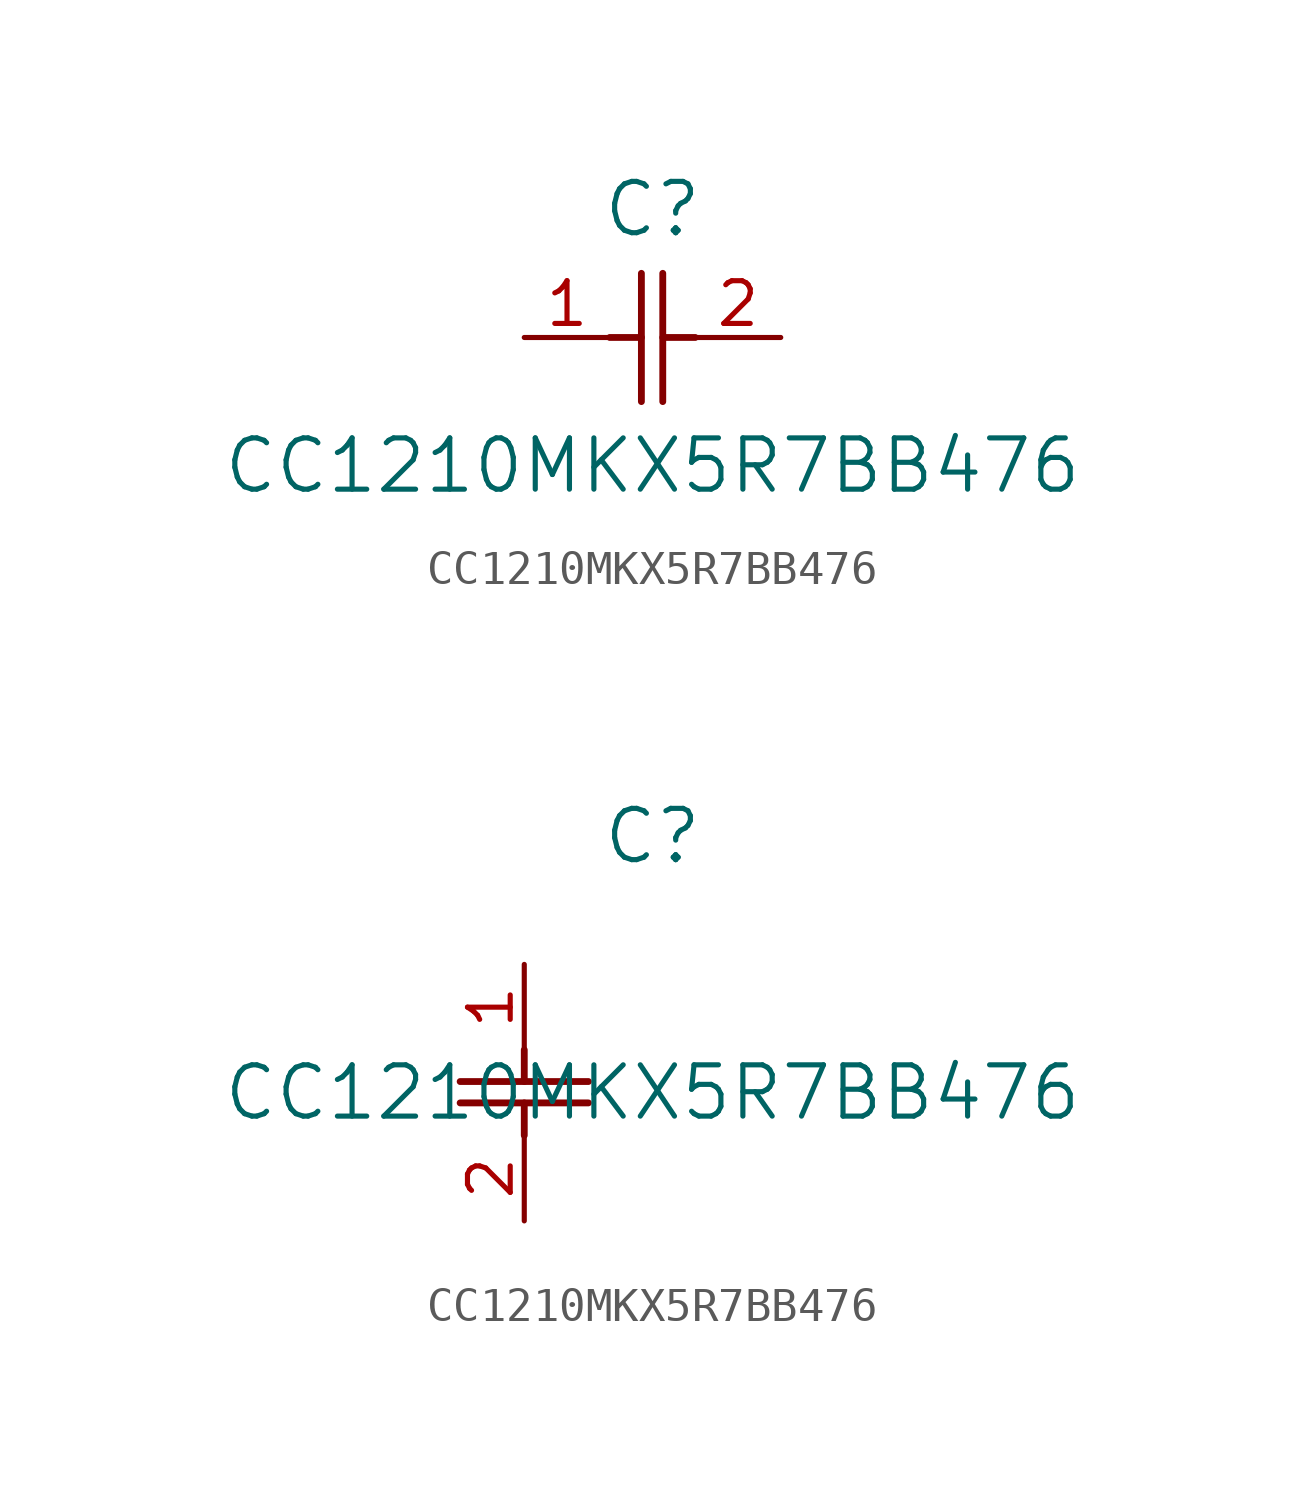
<source format=kicad_sym>
(kicad_symbol_lib
  (version 20211014)
  (generator kicad_symbol_editor)
  (symbol "CC1210MKX5R7BB476"
    (pin_names
      (offset 0.254))
    (property "Reference" "C"
      (at 3.81 3.81 0)
      (effects (font (size 1.524 1.524))))
    (property "Value" "CC1210MKX5R7BB476"
      (at 3.81 -3.81 0)
      (effects (font (size 1.524 1.524))))
    (symbol "CC1210MKX5R7BB476_1_1"
      (polyline (pts (xy 3.48 -1.905) (xy 3.48 1.905)) (stroke (width 0.203) (type default) (color 0 0 0 0)) (fill (type none)))
      (polyline (pts (xy 4.115 -1.905) (xy 4.115 1.905)) (stroke (width 0.203) (type default) (color 0 0 0 0)) (fill (type none)))
      (polyline (pts (xy 4.115 0) (xy 5.08 0)) (stroke (width 0.203) (type default) (color 0 0 0 0)) (fill (type none)))
      (polyline (pts (xy 2.54 0) (xy 3.48 0)) (stroke (width 0.203) (type default) (color 0 0 0 0)) (fill (type none)))
      (pin unspecified line (at 0 0 0) (length 2.54) (name "" (effects (font (size 1.27 1.27)))) (number "1" (effects (font (size 1.27 1.27)))))
      (pin unspecified line (at 7.62 0 180) (length 2.54) (name "" (effects (font (size 1.27 1.27)))) (number "2" (effects (font (size 1.27 1.27))))))
    (symbol "CC1210MKX5R7BB476_1_2"
      (polyline (pts (xy -1.905 -3.48) (xy 1.905 -3.48)) (stroke (width 0.203) (type default) (color 0 0 0 0)) (fill (type none)))
      (polyline (pts (xy -1.905 -4.115) (xy 1.905 -4.115)) (stroke (width 0.203) (type default) (color 0 0 0 0)) (fill (type none)))
      (polyline (pts (xy 0 -4.115) (xy 0 -5.08)) (stroke (width 0.203) (type default) (color 0 0 0 0)) (fill (type none)))
      (polyline (pts (xy 0 -2.54) (xy 0 -3.48)) (stroke (width 0.203) (type default) (color 0 0 0 0)) (fill (type none)))
      (pin unspecified line (at 0 0 270) (length 2.54) (name "" (effects (font (size 1.27 1.27)))) (number "1" (effects (font (size 1.27 1.27)))))
      (pin unspecified line (at 0 -7.62 90) (length 2.54) (name "" (effects (font (size 1.27 1.27)))) (number "2" (effects (font (size 1.27 1.27))))))))
</source>
